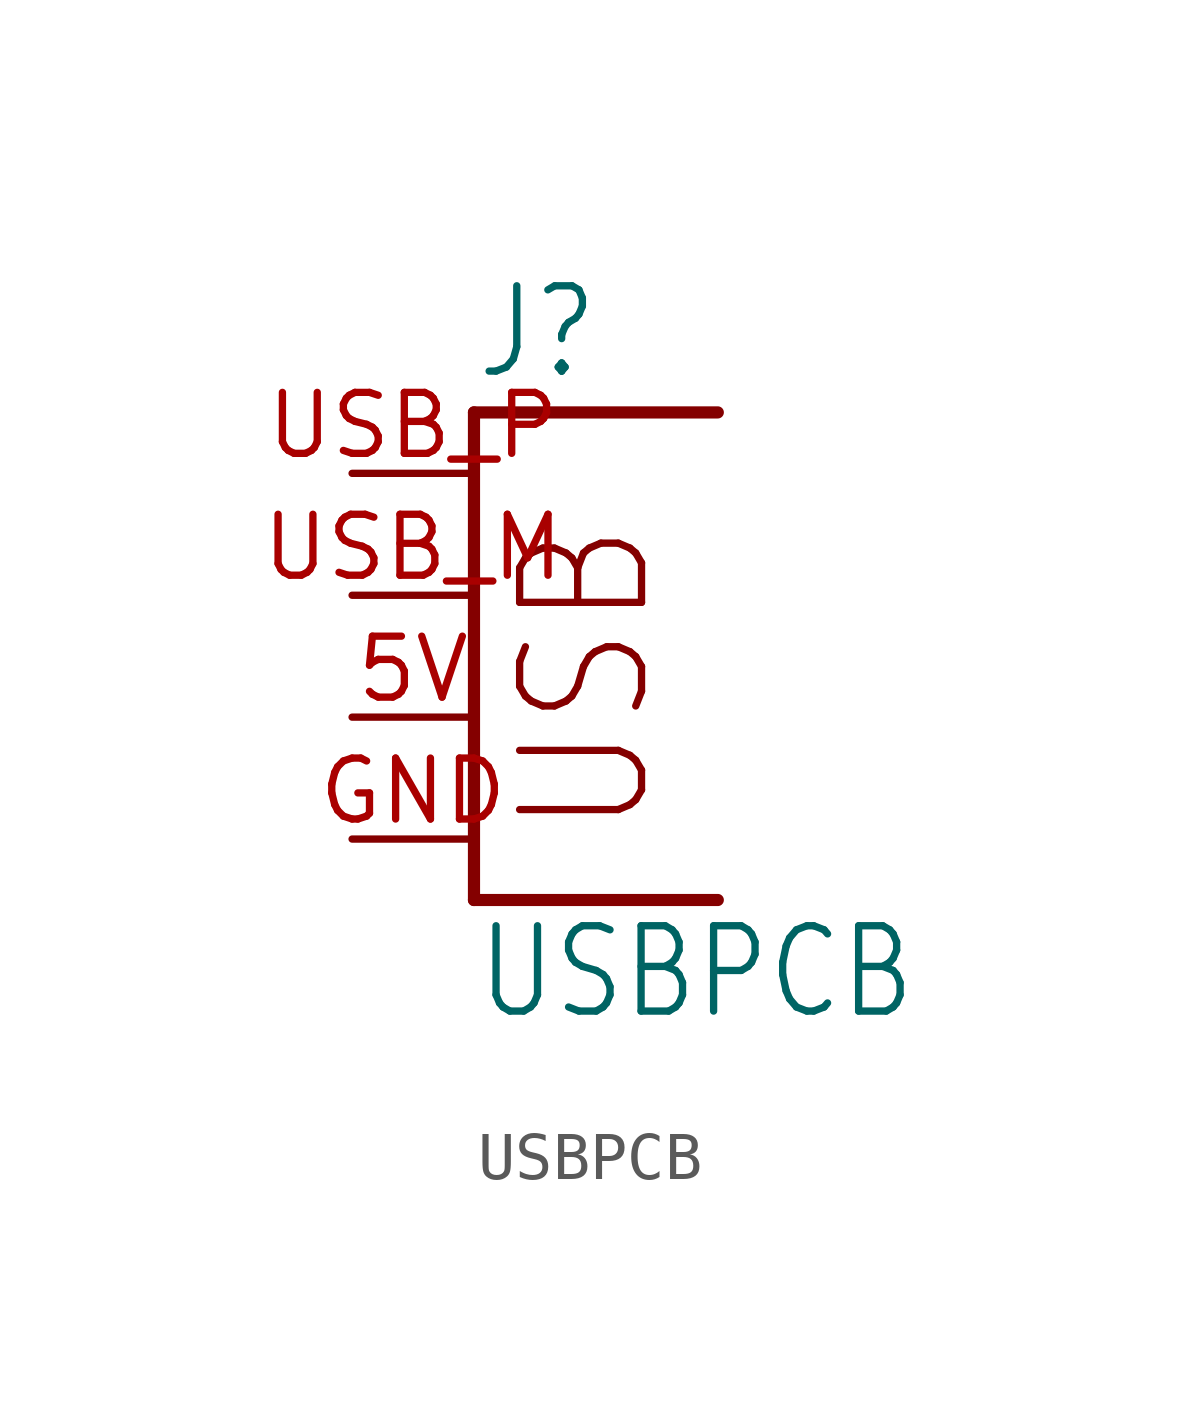
<source format=kicad_sym>
(kicad_symbol_lib
  (version 20211014)
  (generator kicad_symbol_editor)
  (symbol "USBPCB"
    (property "Reference" "J"
      (at 0 9.525 0)
      (effects (font (size 1.778 1.511)) (justify left bottom)))
    (property "Value" "USBPCB"
      (at 0 -3.81 0)
      (effects (font (size 1.778 1.511)) (justify left bottom)))
    (property "ki_locked" ""
      (at 0 0 0)
      (effects (font (size 1.27 1.27))))
    (symbol "USBPCB_1_0"
      (polyline (pts (xy 0 -1.27) (xy 5.08 -1.27)) (stroke (width 0.254) (type default) (color 0 0 0 0)) (fill (type none)))
      (polyline (pts (xy 0 8.89) (xy 0 -1.27)) (stroke (width 0.254) (type default) (color 0 0 0 0)) (fill (type none)))
      (polyline (pts (xy 5.08 8.89) (xy 0 8.89)) (stroke (width 0.254) (type default) (color 0 0 0 0)) (fill (type none)))
      (text "USB" (at 3.81 0 900) (effects (font (size 2.54 2.159)) (justify left bottom)))
      (pin bidirectional line (at -2.54 2.54 0) (length 2.54) (name "VBUS" (effects (font (size 0 0)))) (number "5V" (effects (font (size 1.27 1.27)))))
      (pin bidirectional line (at -2.54 0 0) (length 2.54) (name "GND" (effects (font (size 0 0)))) (number "GND" (effects (font (size 1.27 1.27)))))
      (pin bidirectional line (at -2.54 5.08 0) (length 2.54) (name "D-" (effects (font (size 0 0)))) (number "USB_M" (effects (font (size 1.27 1.27)))))
      (pin bidirectional line (at -2.54 7.62 0) (length 2.54) (name "D+" (effects (font (size 0 0)))) (number "USB_P" (effects (font (size 1.27 1.27))))))))
</source>
